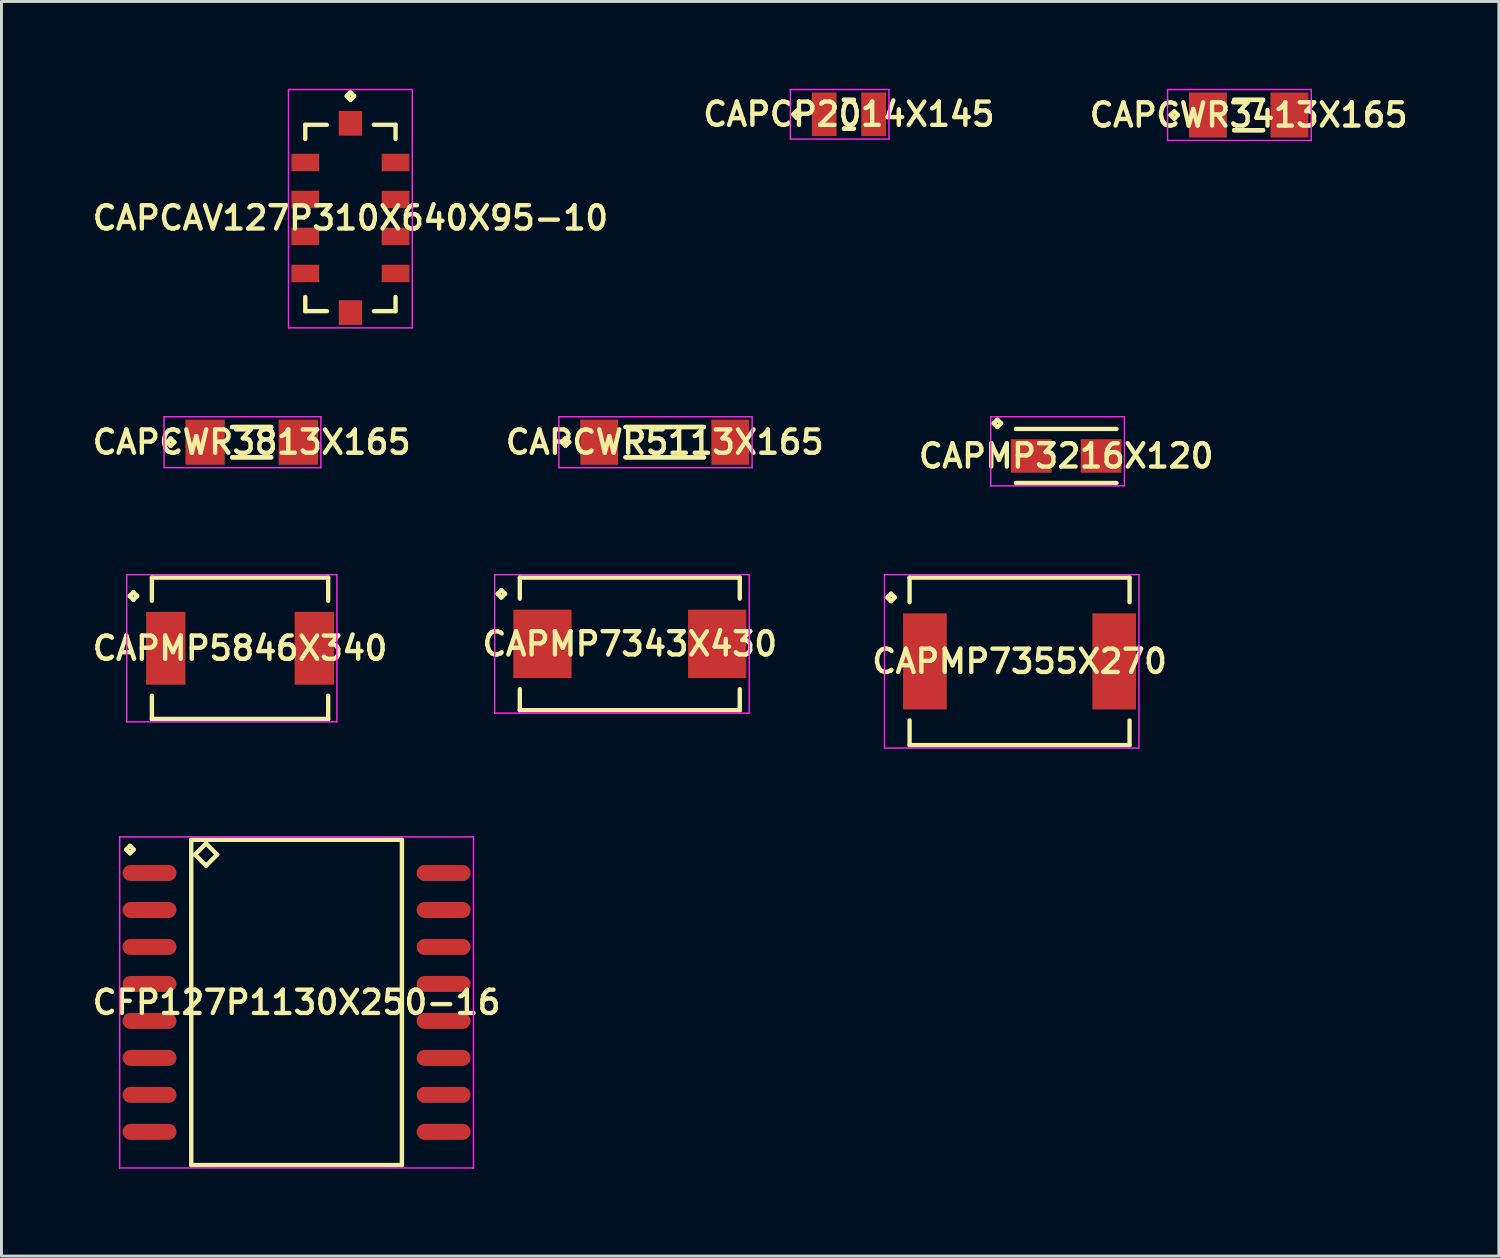
<source format=kicad_pcb>
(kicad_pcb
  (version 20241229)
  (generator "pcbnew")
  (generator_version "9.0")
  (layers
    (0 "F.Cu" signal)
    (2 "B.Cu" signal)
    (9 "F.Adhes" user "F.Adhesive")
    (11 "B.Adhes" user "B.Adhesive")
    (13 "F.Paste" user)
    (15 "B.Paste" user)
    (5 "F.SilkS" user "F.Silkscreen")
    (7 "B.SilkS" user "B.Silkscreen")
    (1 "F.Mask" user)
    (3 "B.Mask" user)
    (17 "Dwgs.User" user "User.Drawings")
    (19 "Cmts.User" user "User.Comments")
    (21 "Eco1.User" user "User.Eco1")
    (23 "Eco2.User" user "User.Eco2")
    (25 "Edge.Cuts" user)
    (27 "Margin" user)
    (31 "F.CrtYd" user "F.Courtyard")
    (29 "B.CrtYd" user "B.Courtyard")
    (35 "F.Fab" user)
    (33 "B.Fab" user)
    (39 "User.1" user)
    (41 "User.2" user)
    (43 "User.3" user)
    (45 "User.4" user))
  (footprint "CAPCWR3813X165"
    (layer "F.Cu")
    (at 5.593 12.135)
    (property "Reference" "CAPCWR3813X165" (at 0 0 0) (layer "F.SilkS") (effects (font (size 0.8 0.8) (thickness 0.15))))
    (attr smd)
    (fp_line (start -2.91 0) (end -2.783 -0.127) (stroke (width 0.15) (type solid)) (layer "F.SilkS"))
    (fp_line (start -2.783 -0.127) (end -2.656 0) (stroke (width 0.15) (type solid)) (layer "F.SilkS"))
    (fp_line (start -2.783 0.127) (end -2.91 0) (stroke (width 0.15) (type solid)) (layer "F.SilkS"))
    (fp_line (start -2.656 0) (end -2.783 0.127) (stroke (width 0.15) (type solid)) (layer "F.SilkS"))
    (fp_line (start -0.671 -0.521) (end 0.671 -0.521) (stroke (width 0.15) (type solid)) (layer "F.SilkS"))
    (fp_line (start -0.671 0.521) (end 0.671 0.521) (stroke (width 0.15) (type solid)) (layer "F.SilkS"))
    (fp_line (start 0.671 -0.521) (end -0.671 -0.521) (stroke (width 0.15) (type solid)) (layer "F.SilkS"))
    (fp_line (start 0.671 0.521) (end -0.671 0.521) (stroke (width 0.15) (type solid)) (layer "F.SilkS"))
    (fp_line (start -3.01 -0.875) (end 2.375 -0.875) (stroke (width 0.05) (type solid)) (layer "F.CrtYd"))
    (fp_line (start -3.01 0.875) (end -3.01 -0.875) (stroke (width 0.05) (type solid)) (layer "F.CrtYd"))
    (fp_line (start 2.375 -0.875) (end 2.375 0.875) (stroke (width 0.05) (type solid)) (layer "F.CrtYd"))
    (fp_line (start 2.375 0.875) (end -3.01 0.875) (stroke (width 0.05) (type solid)) (layer "F.CrtYd"))
    (pad "1" smd rect (at -1.6 0) (size 1.35 1.55) (layers "F.Cu" "F.Mask" "F.Paste"))
    (pad "2" smd rect (at 1.6 0) (size 1.35 1.55) (layers "F.Cu" "F.Mask" "F.Paste")))
  (footprint "CAPCWR3413X165"
    (layer "F.Cu")
    (at 39.83 0.9)
    (property "Reference" "CAPCWR3413X165" (at 0 0 0) (layer "F.SilkS") (effects (font (size 0.8 0.8) (thickness 0.15))))
    (attr smd)
    (fp_line (start -2.685 0) (end -2.558 -0.127) (stroke (width 0.15) (type solid)) (layer "F.SilkS"))
    (fp_line (start -2.558 -0.127) (end -2.431 0) (stroke (width 0.15) (type solid)) (layer "F.SilkS"))
    (fp_line (start -2.558 0.127) (end -2.685 0) (stroke (width 0.15) (type solid)) (layer "F.SilkS"))
    (fp_line (start -2.431 0) (end -2.558 0.127) (stroke (width 0.15) (type solid)) (layer "F.SilkS"))
    (fp_line (start -0.496 -0.521) (end 0.496 -0.521) (stroke (width 0.15) (type solid)) (layer "F.SilkS"))
    (fp_line (start -0.496 0.521) (end 0.496 0.521) (stroke (width 0.15) (type solid)) (layer "F.SilkS"))
    (fp_line (start 0.496 -0.521) (end -0.496 -0.521) (stroke (width 0.15) (type solid)) (layer "F.SilkS"))
    (fp_line (start 0.496 0.521) (end -0.496 0.521) (stroke (width 0.15) (type solid)) (layer "F.SilkS"))
    (fp_line (start -2.785 -0.875) (end 2.15 -0.875) (stroke (width 0.05) (type solid)) (layer "F.CrtYd"))
    (fp_line (start -2.785 0.875) (end -2.785 -0.875) (stroke (width 0.05) (type solid)) (layer "F.CrtYd"))
    (fp_line (start 2.15 -0.875) (end 2.15 0.875) (stroke (width 0.05) (type solid)) (layer "F.CrtYd"))
    (fp_line (start 2.15 0.875) (end -2.785 0.875) (stroke (width 0.05) (type solid)) (layer "F.CrtYd"))
    (pad "1" smd rect (at -1.4 0) (size 1.3 1.55) (layers "F.Cu" "F.Mask" "F.Paste"))
    (pad "2" smd rect (at 1.4 0) (size 1.3 1.55) (layers "F.Cu" "F.Mask" "F.Paste")))
  (footprint "CAPMP3216X120"
    (layer "F.Cu")
    (at 33.563 12.608)
    (property "Reference" "CAPMP3216X120" (at 0 0 0) (layer "F.SilkS") (effects (font (size 0.8 0.8) (thickness 0.15))))
    (attr smd)
    (fp_line (start -2.489 -1.121) (end -2.362 -1.248) (stroke (width 0.15) (type solid)) (layer "F.SilkS"))
    (fp_line (start -2.362 -1.248) (end -2.235 -1.121) (stroke (width 0.15) (type solid)) (layer "F.SilkS"))
    (fp_line (start -2.362 -0.994) (end -2.489 -1.121) (stroke (width 0.15) (type solid)) (layer "F.SilkS"))
    (fp_line (start -2.235 -1.121) (end -2.362 -0.994) (stroke (width 0.15) (type solid)) (layer "F.SilkS"))
    (fp_line (start -1.727 -0.927) (end 1.727 -0.927) (stroke (width 0.15) (type solid)) (layer "F.SilkS"))
    (fp_line (start -1.727 0.927) (end 1.727 0.927) (stroke (width 0.15) (type solid)) (layer "F.SilkS"))
    (fp_line (start -2.589 -1.348) (end 2 -1.348) (stroke (width 0.05) (type solid)) (layer "F.CrtYd"))
    (fp_line (start -2.589 1.027) (end -2.589 -1.348) (stroke (width 0.05) (type solid)) (layer "F.CrtYd"))
    (fp_line (start 2 -1.348) (end 2 1.027) (stroke (width 0.05) (type solid)) (layer "F.CrtYd"))
    (fp_line (start 2 1.027) (end -2.589 1.027) (stroke (width 0.05) (type solid)) (layer "F.CrtYd"))
    (pad "1" smd rect (at -1.2 0) (size 1.4 1.15) (layers "F.Cu" "F.Mask" "F.Paste"))
    (pad "2" smd rect (at 1.2 0) (size 1.4 1.15) (layers "F.Cu" "F.Mask" "F.Paste")))
  (footprint "CAPCAV127P310X640X95-10"
    (layer "F.Cu")
    (at 8.983 4.435)
    (property "Reference" "CAPCAV127P310X640X95-10" (at 0 0 0) (layer "F.SilkS") (effects (font (size 0.8 0.8) (thickness 0.15))))
    (attr smd)
    (fp_line (start -1.55 -3.2) (end -0.808 -3.2) (stroke (width 0.15) (type solid)) (layer "F.SilkS"))
    (fp_line (start -1.55 -2.713) (end -1.55 -3.2) (stroke (width 0.15) (type solid)) (layer "F.SilkS"))
    (fp_line (start -1.55 2.713) (end -1.55 3.2) (stroke (width 0.15) (type solid)) (layer "F.SilkS"))
    (fp_line (start -1.55 3.2) (end -0.808 3.2) (stroke (width 0.15) (type solid)) (layer "F.SilkS"))
    (fp_line (start -0.127 -4.183) (end 0 -4.31) (stroke (width 0.15) (type solid)) (layer "F.SilkS"))
    (fp_line (start 0 -4.31) (end 0.127 -4.183) (stroke (width 0.15) (type solid)) (layer "F.SilkS"))
    (fp_line (start 0 -4.056) (end -0.127 -4.183) (stroke (width 0.15) (type solid)) (layer "F.SilkS"))
    (fp_line (start 0.127 -4.183) (end 0 -4.056) (stroke (width 0.15) (type solid)) (layer "F.SilkS"))
    (fp_line (start 1.55 -3.2) (end 0.808 -3.2) (stroke (width 0.15) (type solid)) (layer "F.SilkS"))
    (fp_line (start 1.55 -2.713) (end 1.55 -3.2) (stroke (width 0.15) (type solid)) (layer "F.SilkS"))
    (fp_line (start 1.55 2.713) (end 1.55 3.2) (stroke (width 0.15) (type solid)) (layer "F.SilkS"))
    (fp_line (start 1.55 3.2) (end 0.808 3.2) (stroke (width 0.15) (type solid)) (layer "F.SilkS"))
    (fp_line (start -2.125 -4.41) (end 2.125 -4.41) (stroke (width 0.05) (type solid)) (layer "F.CrtYd"))
    (fp_line (start -2.125 3.775) (end -2.125 -4.41) (stroke (width 0.05) (type solid)) (layer "F.CrtYd"))
    (fp_line (start 2.125 -4.41) (end 2.125 3.775) (stroke (width 0.05) (type solid)) (layer "F.CrtYd"))
    (fp_line (start 2.125 3.775) (end -2.125 3.775) (stroke (width 0.05) (type solid)) (layer "F.CrtYd"))
    (pad "1" smd rect (at 0 -3.25) (size 0.8 0.85) (layers "F.Cu" "F.Mask" "F.Paste"))
    (pad "2" smd rect (at -1.55 -1.905) (size 0.95 0.6) (layers "F.Cu" "F.Mask" "F.Paste"))
    (pad "3" smd rect (at -1.55 -0.635) (size 0.95 0.6) (layers "F.Cu" "F.Mask" "F.Paste"))
    (pad "4" smd rect (at -1.55 0.635) (size 0.95 0.6) (layers "F.Cu" "F.Mask" "F.Paste"))
    (pad "5" smd rect (at -1.55 1.905) (size 0.95 0.6) (layers "F.Cu" "F.Mask" "F.Paste"))
    (pad "6" smd rect (at 0 3.25) (size 0.8 0.85) (layers "F.Cu" "F.Mask" "F.Paste"))
    (pad "7" smd rect (at 1.55 1.905) (size 0.95 0.6) (layers "F.Cu" "F.Mask" "F.Paste"))
    (pad "8" smd rect (at 1.55 0.635) (size 0.95 0.6) (layers "F.Cu" "F.Mask" "F.Paste"))
    (pad "9" smd rect (at 1.55 -0.635) (size 0.95 0.6) (layers "F.Cu" "F.Mask" "F.Paste"))
    (pad "10" smd rect (at 1.55 -1.905) (size 0.95 0.6) (layers "F.Cu" "F.Mask" "F.Paste")))
  (footprint "CAPCWR5113X165"
    (layer "F.Cu")
    (at 19.778 12.135)
    (property "Reference" "CAPCWR5113X165" (at 0 0 0) (layer "F.SilkS") (effects (font (size 0.8 0.8) (thickness 0.15))))
    (attr smd)
    (fp_line (start -3.535 0) (end -3.408 -0.127) (stroke (width 0.15) (type solid)) (layer "F.SilkS"))
    (fp_line (start -3.408 -0.127) (end -3.281 0) (stroke (width 0.15) (type solid)) (layer "F.SilkS"))
    (fp_line (start -3.408 0.127) (end -3.535 0) (stroke (width 0.15) (type solid)) (layer "F.SilkS"))
    (fp_line (start -3.281 0) (end -3.408 0.127) (stroke (width 0.15) (type solid)) (layer "F.SilkS"))
    (fp_line (start -1.346 -0.521) (end 1.346 -0.521) (stroke (width 0.15) (type solid)) (layer "F.SilkS"))
    (fp_line (start -1.346 0.521) (end 1.346 0.521) (stroke (width 0.15) (type solid)) (layer "F.SilkS"))
    (fp_line (start 1.346 -0.521) (end -1.346 -0.521) (stroke (width 0.15) (type solid)) (layer "F.SilkS"))
    (fp_line (start 1.346 0.521) (end -1.346 0.521) (stroke (width 0.15) (type solid)) (layer "F.SilkS"))
    (fp_line (start -3.635 -0.875) (end 3 -0.875) (stroke (width 0.05) (type solid)) (layer "F.CrtYd"))
    (fp_line (start -3.635 0.875) (end -3.635 -0.875) (stroke (width 0.05) (type solid)) (layer "F.CrtYd"))
    (fp_line (start 3 -0.875) (end 3 0.875) (stroke (width 0.05) (type solid)) (layer "F.CrtYd"))
    (fp_line (start 3 0.875) (end -3.635 0.875) (stroke (width 0.05) (type solid)) (layer "F.CrtYd"))
    (pad "1" smd rect (at -2.25 0) (size 1.3 1.55) (layers "F.Cu" "F.Mask" "F.Paste"))
    (pad "2" smd rect (at 2.25 0) (size 1.3 1.55) (layers "F.Cu" "F.Mask" "F.Paste")))
  (footprint "CAPMP5846X340"
    (layer "F.Cu")
    (at 5.193 19.212)
    (property "Reference" "CAPMP5846X340" (at 0 0 0) (layer "F.SilkS") (effects (font (size 0.8 0.8) (thickness 0.15))))
    (attr smd)
    (fp_line (start -3.789 -1.796) (end -3.662 -1.923) (stroke (width 0.15) (type solid)) (layer "F.SilkS"))
    (fp_line (start -3.662 -1.923) (end -3.535 -1.796) (stroke (width 0.15) (type solid)) (layer "F.SilkS"))
    (fp_line (start -3.662 -1.669) (end -3.789 -1.796) (stroke (width 0.15) (type solid)) (layer "F.SilkS"))
    (fp_line (start -3.535 -1.796) (end -3.662 -1.669) (stroke (width 0.15) (type solid)) (layer "F.SilkS"))
    (fp_line (start -3.027 -2.427) (end 3.027 -2.427) (stroke (width 0.15) (type solid)) (layer "F.SilkS"))
    (fp_line (start -3.027 -1.631) (end -3.027 -2.427) (stroke (width 0.15) (type solid)) (layer "F.SilkS"))
    (fp_line (start -3.027 1.631) (end -3.027 2.427) (stroke (width 0.15) (type solid)) (layer "F.SilkS"))
    (fp_line (start -3.027 2.427) (end 3.027 2.427) (stroke (width 0.15) (type solid)) (layer "F.SilkS"))
    (fp_line (start 3.027 -2.427) (end 3.027 -1.631) (stroke (width 0.15) (type solid)) (layer "F.SilkS"))
    (fp_line (start 3.027 2.427) (end 3.027 1.631) (stroke (width 0.15) (type solid)) (layer "F.SilkS"))
    (fp_line (start -3.889 -2.527) (end 3.325 -2.527) (stroke (width 0.05) (type solid)) (layer "F.CrtYd"))
    (fp_line (start -3.889 2.527) (end -3.889 -2.527) (stroke (width 0.05) (type solid)) (layer "F.CrtYd"))
    (fp_line (start 3.325 -2.527) (end 3.325 2.527) (stroke (width 0.05) (type solid)) (layer "F.CrtYd"))
    (fp_line (start 3.325 2.527) (end -3.889 2.527) (stroke (width 0.05) (type solid)) (layer "F.CrtYd"))
    (pad "1" smd rect (at -2.55 0) (size 1.35 2.5) (layers "F.Cu" "F.Mask" "F.Paste"))
    (pad "2" smd rect (at 2.55 0) (size 1.35 2.5) (layers "F.Cu" "F.Mask" "F.Paste")))
  (footprint "CAPMP7343X430"
    (layer "F.Cu")
    (at 18.578 19.062)
    (property "Reference" "CAPMP7343X430" (at 0 0 0) (layer "F.SilkS") (effects (font (size 0.8 0.8) (thickness 0.15))))
    (attr smd)
    (fp_line (start -4.539 -1.721) (end -4.412 -1.848) (stroke (width 0.15) (type solid)) (layer "F.SilkS"))
    (fp_line (start -4.412 -1.848) (end -4.285 -1.721) (stroke (width 0.15) (type solid)) (layer "F.SilkS"))
    (fp_line (start -4.412 -1.594) (end -4.539 -1.721) (stroke (width 0.15) (type solid)) (layer "F.SilkS"))
    (fp_line (start -4.285 -1.721) (end -4.412 -1.594) (stroke (width 0.15) (type solid)) (layer "F.SilkS"))
    (fp_line (start -3.777 -2.277) (end 3.777 -2.277) (stroke (width 0.15) (type solid)) (layer "F.SilkS"))
    (fp_line (start -3.777 -1.556) (end -3.777 -2.277) (stroke (width 0.15) (type solid)) (layer "F.SilkS"))
    (fp_line (start -3.777 1.556) (end -3.777 2.277) (stroke (width 0.15) (type solid)) (layer "F.SilkS"))
    (fp_line (start -3.777 2.277) (end 3.777 2.277) (stroke (width 0.15) (type solid)) (layer "F.SilkS"))
    (fp_line (start 3.777 -2.277) (end 3.777 -1.556) (stroke (width 0.15) (type solid)) (layer "F.SilkS"))
    (fp_line (start 3.777 2.277) (end 3.777 1.556) (stroke (width 0.15) (type solid)) (layer "F.SilkS"))
    (fp_line (start -4.639 -2.377) (end 4.1 -2.377) (stroke (width 0.05) (type solid)) (layer "F.CrtYd"))
    (fp_line (start -4.639 2.377) (end -4.639 -2.377) (stroke (width 0.05) (type solid)) (layer "F.CrtYd"))
    (fp_line (start 4.1 -2.377) (end 4.1 2.377) (stroke (width 0.05) (type solid)) (layer "F.CrtYd"))
    (fp_line (start 4.1 2.377) (end -4.639 2.377) (stroke (width 0.05) (type solid)) (layer "F.CrtYd"))
    (pad "1" smd rect (at -3 0) (size 2 2.35) (layers "F.Cu" "F.Mask" "F.Paste"))
    (pad "2" smd rect (at 3 0) (size 2 2.35) (layers "F.Cu" "F.Mask" "F.Paste")))
  (footprint "CFP127P1130X250-16"
    (layer "F.Cu")
    (at 7.135 31.374)
    (property "Reference" "CFP127P1130X250-16" (at 0 0 0) (layer "F.SilkS") (effects (font (size 0.8 0.8) (thickness 0.15))))
    (attr smd)
    (fp_line (start -5.848 -5.249) (end -5.721 -5.376) (stroke (width 0.15) (type solid)) (layer "F.SilkS"))
    (fp_line (start -5.721 -5.376) (end -5.594 -5.249) (stroke (width 0.15) (type solid)) (layer "F.SilkS"))
    (fp_line (start -5.721 -5.122) (end -5.848 -5.249) (stroke (width 0.15) (type solid)) (layer "F.SilkS"))
    (fp_line (start -5.594 -5.249) (end -5.721 -5.122) (stroke (width 0.15) (type solid)) (layer "F.SilkS"))
    (fp_line (start -3.617 -5.585) (end -3.617 5.585) (stroke (width 0.15) (type solid)) (layer "F.SilkS"))
    (fp_line (start -3.617 5.585) (end 3.617 5.585) (stroke (width 0.15) (type solid)) (layer "F.SilkS"))
    (fp_line (start -3.49 -5.077) (end -3.109 -5.458) (stroke (width 0.15) (type solid)) (layer "F.SilkS"))
    (fp_line (start -3.109 -5.458) (end -2.728 -5.077) (stroke (width 0.15) (type solid)) (layer "F.SilkS"))
    (fp_line (start -3.109 -4.696) (end -3.49 -5.077) (stroke (width 0.15) (type solid)) (layer "F.SilkS"))
    (fp_line (start -2.728 -5.077) (end -3.109 -4.696) (stroke (width 0.15) (type solid)) (layer "F.SilkS"))
    (fp_line (start 3.617 -5.585) (end -3.617 -5.585) (stroke (width 0.15) (type solid)) (layer "F.SilkS"))
    (fp_line (start 3.617 5.585) (end 3.617 -5.585) (stroke (width 0.15) (type solid)) (layer "F.SilkS"))
    (fp_line (start -6.075 -5.685) (end 6.075 -5.685) (stroke (width 0.05) (type solid)) (layer "F.CrtYd"))
    (fp_line (start -6.075 5.685) (end -6.075 -5.685) (stroke (width 0.05) (type solid)) (layer "F.CrtYd"))
    (fp_line (start 6.075 -5.685) (end 6.075 5.685) (stroke (width 0.05) (type solid)) (layer "F.CrtYd"))
    (fp_line (start 6.075 5.685) (end -6.075 5.685) (stroke (width 0.05) (type solid)) (layer "F.CrtYd"))
    (pad "1" smd oval (at -5.05 -4.445) (size 1.85 0.55) (layers "F.Cu" "F.Mask" "F.Paste"))
    (pad "2" smd oval (at -5.05 -3.175) (size 1.85 0.55) (layers "F.Cu" "F.Mask" "F.Paste"))
    (pad "3" smd oval (at -5.05 -1.905) (size 1.85 0.55) (layers "F.Cu" "F.Mask" "F.Paste"))
    (pad "4" smd oval (at -5.05 -0.635) (size 1.85 0.55) (layers "F.Cu" "F.Mask" "F.Paste"))
    (pad "5" smd oval (at -5.05 0.635) (size 1.85 0.55) (layers "F.Cu" "F.Mask" "F.Paste"))
    (pad "6" smd oval (at -5.05 1.905) (size 1.85 0.55) (layers "F.Cu" "F.Mask" "F.Paste"))
    (pad "7" smd oval (at -5.05 3.175) (size 1.85 0.55) (layers "F.Cu" "F.Mask" "F.Paste"))
    (pad "8" smd oval (at -5.05 4.445) (size 1.85 0.55) (layers "F.Cu" "F.Mask" "F.Paste"))
    (pad "9" smd oval (at 5.05 4.445) (size 1.85 0.55) (layers "F.Cu" "F.Mask" "F.Paste"))
    (pad "10" smd oval (at 5.05 3.175) (size 1.85 0.55) (layers "F.Cu" "F.Mask" "F.Paste"))
    (pad "11" smd oval (at 5.05 1.905) (size 1.85 0.55) (layers "F.Cu" "F.Mask" "F.Paste"))
    (pad "12" smd oval (at 5.05 0.635) (size 1.85 0.55) (layers "F.Cu" "F.Mask" "F.Paste"))
    (pad "13" smd oval (at 5.05 -0.635) (size 1.85 0.55) (layers "F.Cu" "F.Mask" "F.Paste"))
    (pad "14" smd oval (at 5.05 -1.905) (size 1.85 0.55) (layers "F.Cu" "F.Mask" "F.Paste"))
    (pad "15" smd oval (at 5.05 -3.175) (size 1.85 0.55) (layers "F.Cu" "F.Mask" "F.Paste"))
    (pad "16" smd oval (at 5.05 -4.445) (size 1.85 0.55) (layers "F.Cu" "F.Mask" "F.Paste")))
  (footprint "CAPCP2014X145"
    (layer "F.Cu")
    (at 26.102 0.875)
    (property "Reference" "CAPCP2014X145" (at 0 0 0) (layer "F.SilkS") (effects (font (size 0.8 0.8) (thickness 0.15))))
    (attr smd)
    (fp_line (start -1.91 0) (end -1.783 -0.127) (stroke (width 0.15) (type solid)) (layer "F.SilkS"))
    (fp_line (start -1.783 -0.127) (end -1.656 0) (stroke (width 0.15) (type solid)) (layer "F.SilkS"))
    (fp_line (start -1.783 0.127) (end -1.91 0) (stroke (width 0.15) (type solid)) (layer "F.SilkS"))
    (fp_line (start -1.656 0) (end -1.783 0.127) (stroke (width 0.15) (type solid)) (layer "F.SilkS"))
    (fp_line (start -0.171 -0.496) (end 0.171 -0.496) (stroke (width 0.15) (type solid)) (layer "F.SilkS"))
    (fp_line (start -0.171 0.496) (end 0.171 0.496) (stroke (width 0.15) (type solid)) (layer "F.SilkS"))
    (fp_line (start 0.171 -0.496) (end -0.171 -0.496) (stroke (width 0.15) (type solid)) (layer "F.SilkS"))
    (fp_line (start 0.171 0.496) (end -0.171 0.496) (stroke (width 0.15) (type solid)) (layer "F.SilkS"))
    (fp_line (start -2.01 -0.85) (end 1.375 -0.85) (stroke (width 0.05) (type solid)) (layer "F.CrtYd"))
    (fp_line (start -2.01 0.85) (end -2.01 -0.85) (stroke (width 0.05) (type solid)) (layer "F.CrtYd"))
    (fp_line (start 1.375 -0.85) (end 1.375 0.85) (stroke (width 0.05) (type solid)) (layer "F.CrtYd"))
    (fp_line (start 1.375 0.85) (end -2.01 0.85) (stroke (width 0.05) (type solid)) (layer "F.CrtYd"))
    (pad "1" smd rect (at -0.85 0) (size 0.85 1.5) (layers "F.Cu" "F.Mask" "F.Paste"))
    (pad "2" smd rect (at 0.85 0) (size 0.85 1.5) (layers "F.Cu" "F.Mask" "F.Paste")))
  (footprint "CAPMP7355X270"
    (layer "F.Cu")
    (at 31.963 19.662)
    (property "Reference" "CAPMP7355X270" (at 0 0 0) (layer "F.SilkS") (effects (font (size 0.8 0.8) (thickness 0.15))))
    (attr smd)
    (fp_line (start -4.539 -2.196) (end -4.412 -2.323) (stroke (width 0.15) (type solid)) (layer "F.SilkS"))
    (fp_line (start -4.412 -2.323) (end -4.285 -2.196) (stroke (width 0.15) (type solid)) (layer "F.SilkS"))
    (fp_line (start -4.412 -2.069) (end -4.539 -2.196) (stroke (width 0.15) (type solid)) (layer "F.SilkS"))
    (fp_line (start -4.285 -2.196) (end -4.412 -2.069) (stroke (width 0.15) (type solid)) (layer "F.SilkS"))
    (fp_line (start -3.777 -2.877) (end 3.777 -2.877) (stroke (width 0.15) (type solid)) (layer "F.SilkS"))
    (fp_line (start -3.777 -2.031) (end -3.777 -2.877) (stroke (width 0.15) (type solid)) (layer "F.SilkS"))
    (fp_line (start -3.777 2.031) (end -3.777 2.877) (stroke (width 0.15) (type solid)) (layer "F.SilkS"))
    (fp_line (start -3.777 2.877) (end 3.777 2.877) (stroke (width 0.15) (type solid)) (layer "F.SilkS"))
    (fp_line (start 3.777 -2.877) (end 3.777 -2.031) (stroke (width 0.15) (type solid)) (layer "F.SilkS"))
    (fp_line (start 3.777 2.877) (end 3.777 2.031) (stroke (width 0.15) (type solid)) (layer "F.SilkS"))
    (fp_line (start -4.639 -2.977) (end 4.1 -2.977) (stroke (width 0.05) (type solid)) (layer "F.CrtYd"))
    (fp_line (start -4.639 2.977) (end -4.639 -2.977) (stroke (width 0.05) (type solid)) (layer "F.CrtYd"))
    (fp_line (start 4.1 -2.977) (end 4.1 2.977) (stroke (width 0.05) (type solid)) (layer "F.CrtYd"))
    (fp_line (start 4.1 2.977) (end -4.639 2.977) (stroke (width 0.05) (type solid)) (layer "F.CrtYd"))
    (pad "1" smd rect (at -3.25 0) (size 1.5 3.3) (layers "F.Cu" "F.Mask" "F.Paste"))
    (pad "2" smd rect (at 3.25 0) (size 1.5 3.3) (layers "F.Cu" "F.Mask" "F.Paste")))
  (gr_rect
    (start -3 -3)
    (end 48.422 40.084)
    (stroke (width 0.1) (type default))
    (fill no)
    (layer "Edge.Cuts")))
</source>
